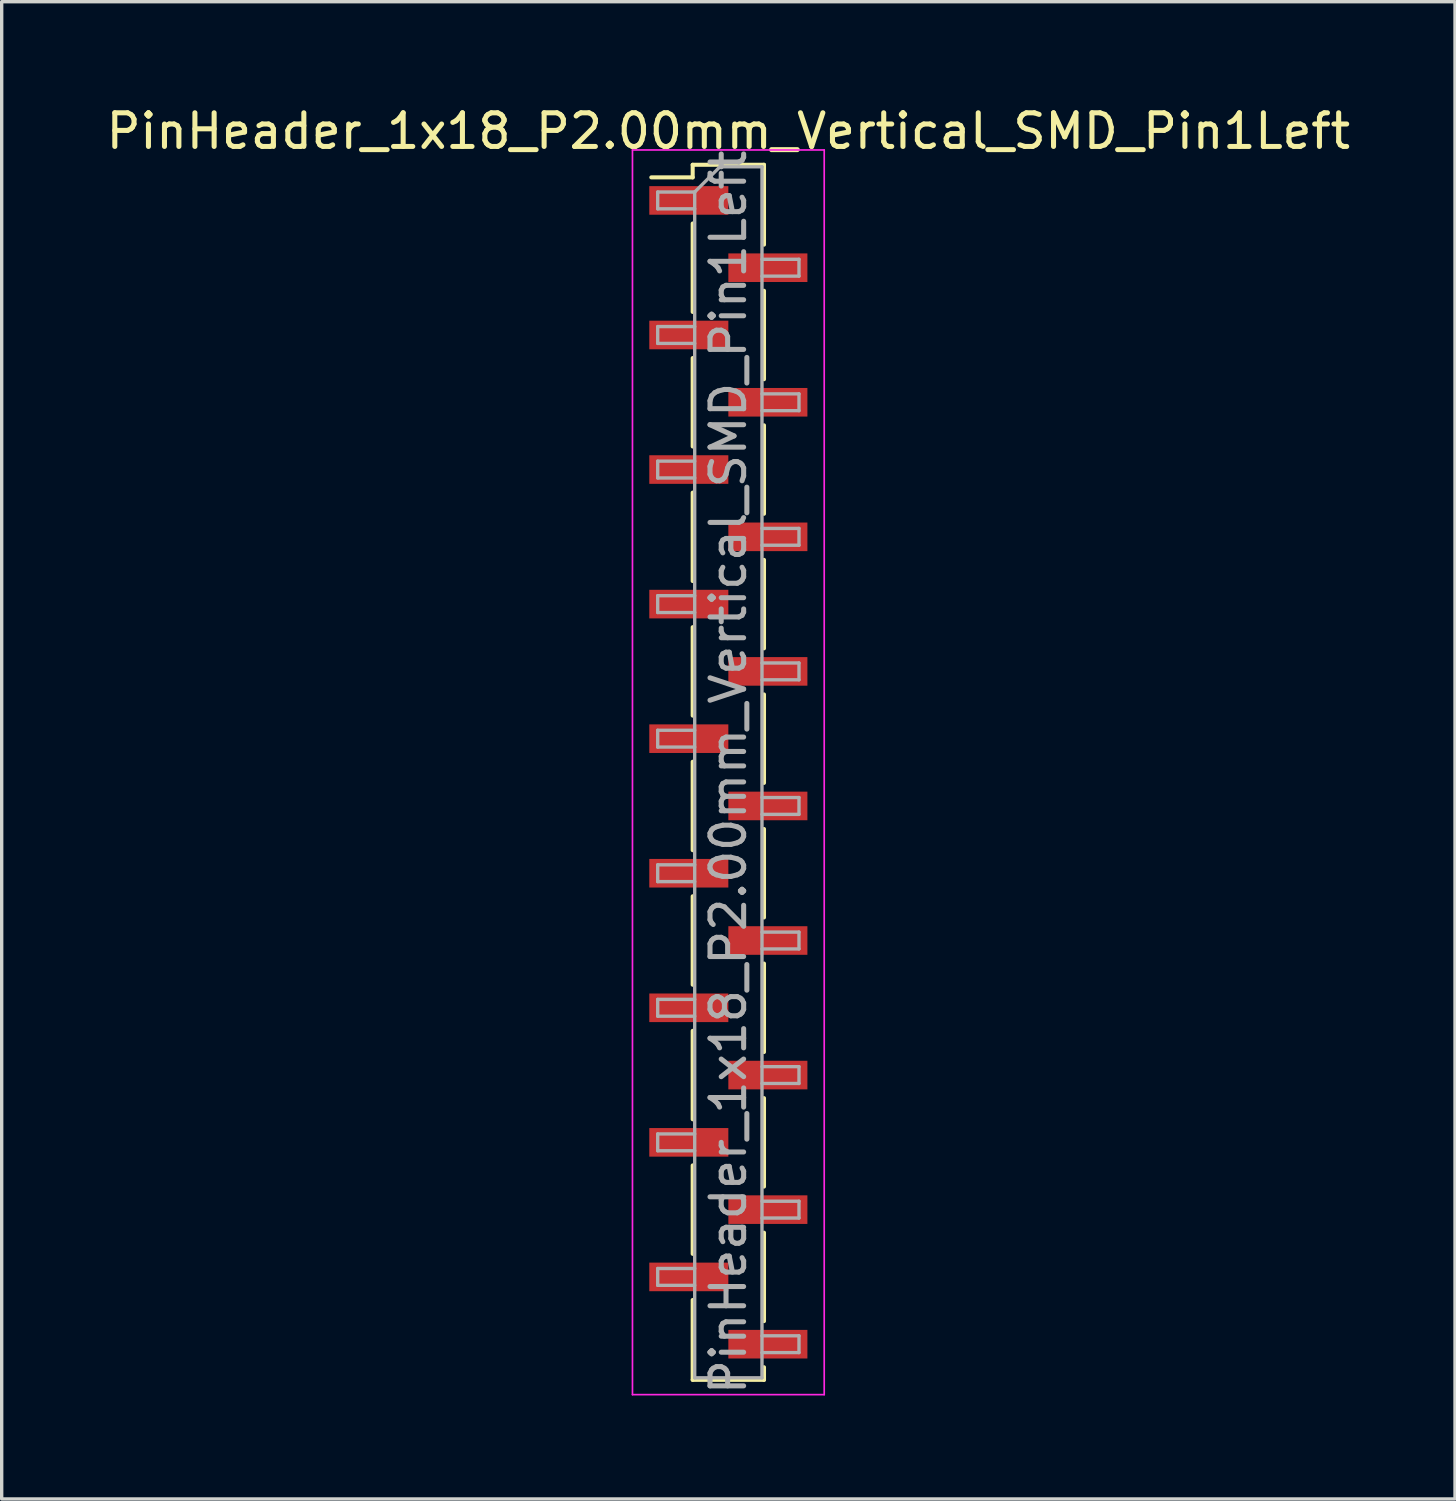
<source format=kicad_pcb>
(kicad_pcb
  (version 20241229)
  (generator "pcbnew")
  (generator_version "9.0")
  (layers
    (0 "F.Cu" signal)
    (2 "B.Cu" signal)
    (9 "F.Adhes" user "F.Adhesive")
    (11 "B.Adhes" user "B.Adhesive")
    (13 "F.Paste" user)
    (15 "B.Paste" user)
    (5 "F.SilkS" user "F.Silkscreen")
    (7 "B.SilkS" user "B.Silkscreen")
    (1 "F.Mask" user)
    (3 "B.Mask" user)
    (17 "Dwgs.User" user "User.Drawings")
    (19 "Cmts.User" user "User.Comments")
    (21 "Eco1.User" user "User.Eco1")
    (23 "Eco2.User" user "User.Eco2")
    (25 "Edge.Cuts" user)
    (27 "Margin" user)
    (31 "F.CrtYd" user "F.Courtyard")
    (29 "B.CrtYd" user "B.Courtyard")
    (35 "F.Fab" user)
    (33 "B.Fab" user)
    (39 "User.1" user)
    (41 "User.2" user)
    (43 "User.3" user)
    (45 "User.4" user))
  (footprint "PinHeader_1x18_P2.00mm_Vertical_SMD_Pin1Left"
    (layer "F.Cu")
    (at 18.601 19.908)
    (property "Reference" "PinHeader_1x18_P2.00mm_Vertical_SMD_Pin1Left" (at 0 -19.06 0) (layer "F.SilkS") (effects (font (size 1 1) (thickness 0.15))))
    (attr smd)
    (fp_line (start -1.06 -18.06) (end -1.06 -17.685) (stroke (width 0.12) (type solid)) (layer "F.SilkS"))
    (fp_line (start -1.06 -18.06) (end 1.06 -18.06) (stroke (width 0.12) (type solid)) (layer "F.SilkS"))
    (fp_line (start -1.06 -17.685) (end -2.29 -17.685) (stroke (width 0.12) (type solid)) (layer "F.SilkS"))
    (fp_line (start -1.06 -16.315) (end -1.06 -13.685) (stroke (width 0.12) (type solid)) (layer "F.SilkS"))
    (fp_line (start -1.06 -12.315) (end -1.06 -9.685) (stroke (width 0.12) (type solid)) (layer "F.SilkS"))
    (fp_line (start -1.06 -8.315) (end -1.06 -5.685) (stroke (width 0.12) (type solid)) (layer "F.SilkS"))
    (fp_line (start -1.06 -4.315) (end -1.06 -1.685) (stroke (width 0.12) (type solid)) (layer "F.SilkS"))
    (fp_line (start -1.06 -0.315) (end -1.06 2.315) (stroke (width 0.12) (type solid)) (layer "F.SilkS"))
    (fp_line (start -1.06 3.685) (end -1.06 6.315) (stroke (width 0.12) (type solid)) (layer "F.SilkS"))
    (fp_line (start -1.06 7.685) (end -1.06 10.315) (stroke (width 0.12) (type solid)) (layer "F.SilkS"))
    (fp_line (start -1.06 11.685) (end -1.06 14.315) (stroke (width 0.12) (type solid)) (layer "F.SilkS"))
    (fp_line (start -1.06 15.685) (end -1.06 18.06) (stroke (width 0.12) (type solid)) (layer "F.SilkS"))
    (fp_line (start -1.06 18.06) (end 1.06 18.06) (stroke (width 0.12) (type solid)) (layer "F.SilkS"))
    (fp_line (start 1.06 -18.06) (end 1.06 -15.685) (stroke (width 0.12) (type solid)) (layer "F.SilkS"))
    (fp_line (start 1.06 -14.315) (end 1.06 -11.685) (stroke (width 0.12) (type solid)) (layer "F.SilkS"))
    (fp_line (start 1.06 -10.315) (end 1.06 -7.685) (stroke (width 0.12) (type solid)) (layer "F.SilkS"))
    (fp_line (start 1.06 -6.315) (end 1.06 -3.685) (stroke (width 0.12) (type solid)) (layer "F.SilkS"))
    (fp_line (start 1.06 -2.315) (end 1.06 0.315) (stroke (width 0.12) (type solid)) (layer "F.SilkS"))
    (fp_line (start 1.06 1.685) (end 1.06 4.315) (stroke (width 0.12) (type solid)) (layer "F.SilkS"))
    (fp_line (start 1.06 5.685) (end 1.06 8.315) (stroke (width 0.12) (type solid)) (layer "F.SilkS"))
    (fp_line (start 1.06 9.685) (end 1.06 12.315) (stroke (width 0.12) (type solid)) (layer "F.SilkS"))
    (fp_line (start 1.06 13.685) (end 1.06 16.315) (stroke (width 0.12) (type solid)) (layer "F.SilkS"))
    (fp_line (start 1.06 17.685) (end 1.06 18.06) (stroke (width 0.12) (type solid)) (layer "F.SilkS"))
    (fp_line (start -2.85 -18.5) (end -2.85 18.5) (stroke (width 0.05) (type solid)) (layer "F.CrtYd"))
    (fp_line (start -2.85 18.5) (end 2.85 18.5) (stroke (width 0.05) (type solid)) (layer "F.CrtYd"))
    (fp_line (start 2.85 -18.5) (end -2.85 -18.5) (stroke (width 0.05) (type solid)) (layer "F.CrtYd"))
    (fp_line (start 2.85 18.5) (end 2.85 -18.5) (stroke (width 0.05) (type solid)) (layer "F.CrtYd"))
    (fp_line (start -2.1 -17.25) (end -2.1 -16.75) (stroke (width 0.1) (type solid)) (layer "F.Fab"))
    (fp_line (start -2.1 -16.75) (end -1 -16.75) (stroke (width 0.1) (type solid)) (layer "F.Fab"))
    (fp_line (start -2.1 -13.25) (end -2.1 -12.75) (stroke (width 0.1) (type solid)) (layer "F.Fab"))
    (fp_line (start -2.1 -12.75) (end -1 -12.75) (stroke (width 0.1) (type solid)) (layer "F.Fab"))
    (fp_line (start -2.1 -9.25) (end -2.1 -8.75) (stroke (width 0.1) (type solid)) (layer "F.Fab"))
    (fp_line (start -2.1 -8.75) (end -1 -8.75) (stroke (width 0.1) (type solid)) (layer "F.Fab"))
    (fp_line (start -2.1 -5.25) (end -2.1 -4.75) (stroke (width 0.1) (type solid)) (layer "F.Fab"))
    (fp_line (start -2.1 -4.75) (end -1 -4.75) (stroke (width 0.1) (type solid)) (layer "F.Fab"))
    (fp_line (start -2.1 -1.25) (end -2.1 -0.75) (stroke (width 0.1) (type solid)) (layer "F.Fab"))
    (fp_line (start -2.1 -0.75) (end -1 -0.75) (stroke (width 0.1) (type solid)) (layer "F.Fab"))
    (fp_line (start -2.1 2.75) (end -2.1 3.25) (stroke (width 0.1) (type solid)) (layer "F.Fab"))
    (fp_line (start -2.1 3.25) (end -1 3.25) (stroke (width 0.1) (type solid)) (layer "F.Fab"))
    (fp_line (start -2.1 6.75) (end -2.1 7.25) (stroke (width 0.1) (type solid)) (layer "F.Fab"))
    (fp_line (start -2.1 7.25) (end -1 7.25) (stroke (width 0.1) (type solid)) (layer "F.Fab"))
    (fp_line (start -2.1 10.75) (end -2.1 11.25) (stroke (width 0.1) (type solid)) (layer "F.Fab"))
    (fp_line (start -2.1 11.25) (end -1 11.25) (stroke (width 0.1) (type solid)) (layer "F.Fab"))
    (fp_line (start -2.1 14.75) (end -2.1 15.25) (stroke (width 0.1) (type solid)) (layer "F.Fab"))
    (fp_line (start -2.1 15.25) (end -1 15.25) (stroke (width 0.1) (type solid)) (layer "F.Fab"))
    (fp_line (start -1 -17.25) (end -2.1 -17.25) (stroke (width 0.1) (type solid)) (layer "F.Fab"))
    (fp_line (start -1 -17.25) (end -0.25 -18) (stroke (width 0.1) (type solid)) (layer "F.Fab"))
    (fp_line (start -1 -13.25) (end -2.1 -13.25) (stroke (width 0.1) (type solid)) (layer "F.Fab"))
    (fp_line (start -1 -9.25) (end -2.1 -9.25) (stroke (width 0.1) (type solid)) (layer "F.Fab"))
    (fp_line (start -1 -5.25) (end -2.1 -5.25) (stroke (width 0.1) (type solid)) (layer "F.Fab"))
    (fp_line (start -1 -1.25) (end -2.1 -1.25) (stroke (width 0.1) (type solid)) (layer "F.Fab"))
    (fp_line (start -1 2.75) (end -2.1 2.75) (stroke (width 0.1) (type solid)) (layer "F.Fab"))
    (fp_line (start -1 6.75) (end -2.1 6.75) (stroke (width 0.1) (type solid)) (layer "F.Fab"))
    (fp_line (start -1 10.75) (end -2.1 10.75) (stroke (width 0.1) (type solid)) (layer "F.Fab"))
    (fp_line (start -1 14.75) (end -2.1 14.75) (stroke (width 0.1) (type solid)) (layer "F.Fab"))
    (fp_line (start -1 18) (end -1 -17.25) (stroke (width 0.1) (type solid)) (layer "F.Fab"))
    (fp_line (start -0.25 -18) (end 1 -18) (stroke (width 0.1) (type solid)) (layer "F.Fab"))
    (fp_line (start 1 -18) (end 1 18) (stroke (width 0.1) (type solid)) (layer "F.Fab"))
    (fp_line (start 1 -15.25) (end 2.1 -15.25) (stroke (width 0.1) (type solid)) (layer "F.Fab"))
    (fp_line (start 1 -11.25) (end 2.1 -11.25) (stroke (width 0.1) (type solid)) (layer "F.Fab"))
    (fp_line (start 1 -7.25) (end 2.1 -7.25) (stroke (width 0.1) (type solid)) (layer "F.Fab"))
    (fp_line (start 1 -3.25) (end 2.1 -3.25) (stroke (width 0.1) (type solid)) (layer "F.Fab"))
    (fp_line (start 1 0.75) (end 2.1 0.75) (stroke (width 0.1) (type solid)) (layer "F.Fab"))
    (fp_line (start 1 4.75) (end 2.1 4.75) (stroke (width 0.1) (type solid)) (layer "F.Fab"))
    (fp_line (start 1 8.75) (end 2.1 8.75) (stroke (width 0.1) (type solid)) (layer "F.Fab"))
    (fp_line (start 1 12.75) (end 2.1 12.75) (stroke (width 0.1) (type solid)) (layer "F.Fab"))
    (fp_line (start 1 16.75) (end 2.1 16.75) (stroke (width 0.1) (type solid)) (layer "F.Fab"))
    (fp_line (start 1 18) (end -1 18) (stroke (width 0.1) (type solid)) (layer "F.Fab"))
    (fp_line (start 2.1 -15.25) (end 2.1 -14.75) (stroke (width 0.1) (type solid)) (layer "F.Fab"))
    (fp_line (start 2.1 -14.75) (end 1 -14.75) (stroke (width 0.1) (type solid)) (layer "F.Fab"))
    (fp_line (start 2.1 -11.25) (end 2.1 -10.75) (stroke (width 0.1) (type solid)) (layer "F.Fab"))
    (fp_line (start 2.1 -10.75) (end 1 -10.75) (stroke (width 0.1) (type solid)) (layer "F.Fab"))
    (fp_line (start 2.1 -7.25) (end 2.1 -6.75) (stroke (width 0.1) (type solid)) (layer "F.Fab"))
    (fp_line (start 2.1 -6.75) (end 1 -6.75) (stroke (width 0.1) (type solid)) (layer "F.Fab"))
    (fp_line (start 2.1 -3.25) (end 2.1 -2.75) (stroke (width 0.1) (type solid)) (layer "F.Fab"))
    (fp_line (start 2.1 -2.75) (end 1 -2.75) (stroke (width 0.1) (type solid)) (layer "F.Fab"))
    (fp_line (start 2.1 0.75) (end 2.1 1.25) (stroke (width 0.1) (type solid)) (layer "F.Fab"))
    (fp_line (start 2.1 1.25) (end 1 1.25) (stroke (width 0.1) (type solid)) (layer "F.Fab"))
    (fp_line (start 2.1 4.75) (end 2.1 5.25) (stroke (width 0.1) (type solid)) (layer "F.Fab"))
    (fp_line (start 2.1 5.25) (end 1 5.25) (stroke (width 0.1) (type solid)) (layer "F.Fab"))
    (fp_line (start 2.1 8.75) (end 2.1 9.25) (stroke (width 0.1) (type solid)) (layer "F.Fab"))
    (fp_line (start 2.1 9.25) (end 1 9.25) (stroke (width 0.1) (type solid)) (layer "F.Fab"))
    (fp_line (start 2.1 12.75) (end 2.1 13.25) (stroke (width 0.1) (type solid)) (layer "F.Fab"))
    (fp_line (start 2.1 13.25) (end 1 13.25) (stroke (width 0.1) (type solid)) (layer "F.Fab"))
    (fp_line (start 2.1 16.75) (end 2.1 17.25) (stroke (width 0.1) (type solid)) (layer "F.Fab"))
    (fp_line (start 2.1 17.25) (end 1 17.25) (stroke (width 0.1) (type solid)) (layer "F.Fab"))
    (fp_text user "${REFERENCE}" (at 0 0 90) (layer "F.Fab") (effects (font (size 1 1) (thickness 0.15))))
    (pad "1" smd rect (at -1.175 -17) (size 2.35 0.85) (layers "F.Cu" "F.Mask" "F.Paste"))
    (pad "2" smd rect (at 1.175 -15) (size 2.35 0.85) (layers "F.Cu" "F.Mask" "F.Paste"))
    (pad "3" smd rect (at -1.175 -13) (size 2.35 0.85) (layers "F.Cu" "F.Mask" "F.Paste"))
    (pad "4" smd rect (at 1.175 -11) (size 2.35 0.85) (layers "F.Cu" "F.Mask" "F.Paste"))
    (pad "5" smd rect (at -1.175 -9) (size 2.35 0.85) (layers "F.Cu" "F.Mask" "F.Paste"))
    (pad "6" smd rect (at 1.175 -7) (size 2.35 0.85) (layers "F.Cu" "F.Mask" "F.Paste"))
    (pad "7" smd rect (at -1.175 -5) (size 2.35 0.85) (layers "F.Cu" "F.Mask" "F.Paste"))
    (pad "8" smd rect (at 1.175 -3) (size 2.35 0.85) (layers "F.Cu" "F.Mask" "F.Paste"))
    (pad "9" smd rect (at -1.175 -1) (size 2.35 0.85) (layers "F.Cu" "F.Mask" "F.Paste"))
    (pad "10" smd rect (at 1.175 1) (size 2.35 0.85) (layers "F.Cu" "F.Mask" "F.Paste"))
    (pad "11" smd rect (at -1.175 3) (size 2.35 0.85) (layers "F.Cu" "F.Mask" "F.Paste"))
    (pad "12" smd rect (at 1.175 5) (size 2.35 0.85) (layers "F.Cu" "F.Mask" "F.Paste"))
    (pad "13" smd rect (at -1.175 7) (size 2.35 0.85) (layers "F.Cu" "F.Mask" "F.Paste"))
    (pad "14" smd rect (at 1.175 9) (size 2.35 0.85) (layers "F.Cu" "F.Mask" "F.Paste"))
    (pad "15" smd rect (at -1.175 11) (size 2.35 0.85) (layers "F.Cu" "F.Mask" "F.Paste"))
    (pad "16" smd rect (at 1.175 13) (size 2.35 0.85) (layers "F.Cu" "F.Mask" "F.Paste"))
    (pad "17" smd rect (at -1.175 15) (size 2.35 0.85) (layers "F.Cu" "F.Mask" "F.Paste"))
    (pad "18" smd rect (at 1.175 17) (size 2.35 0.85) (layers "F.Cu" "F.Mask" "F.Paste")))
  (gr_rect
    (start -3 -3)
    (end 40.202 41.509)
    (stroke (width 0.1) (type default))
    (fill no)
    (layer "Edge.Cuts")))
</source>
